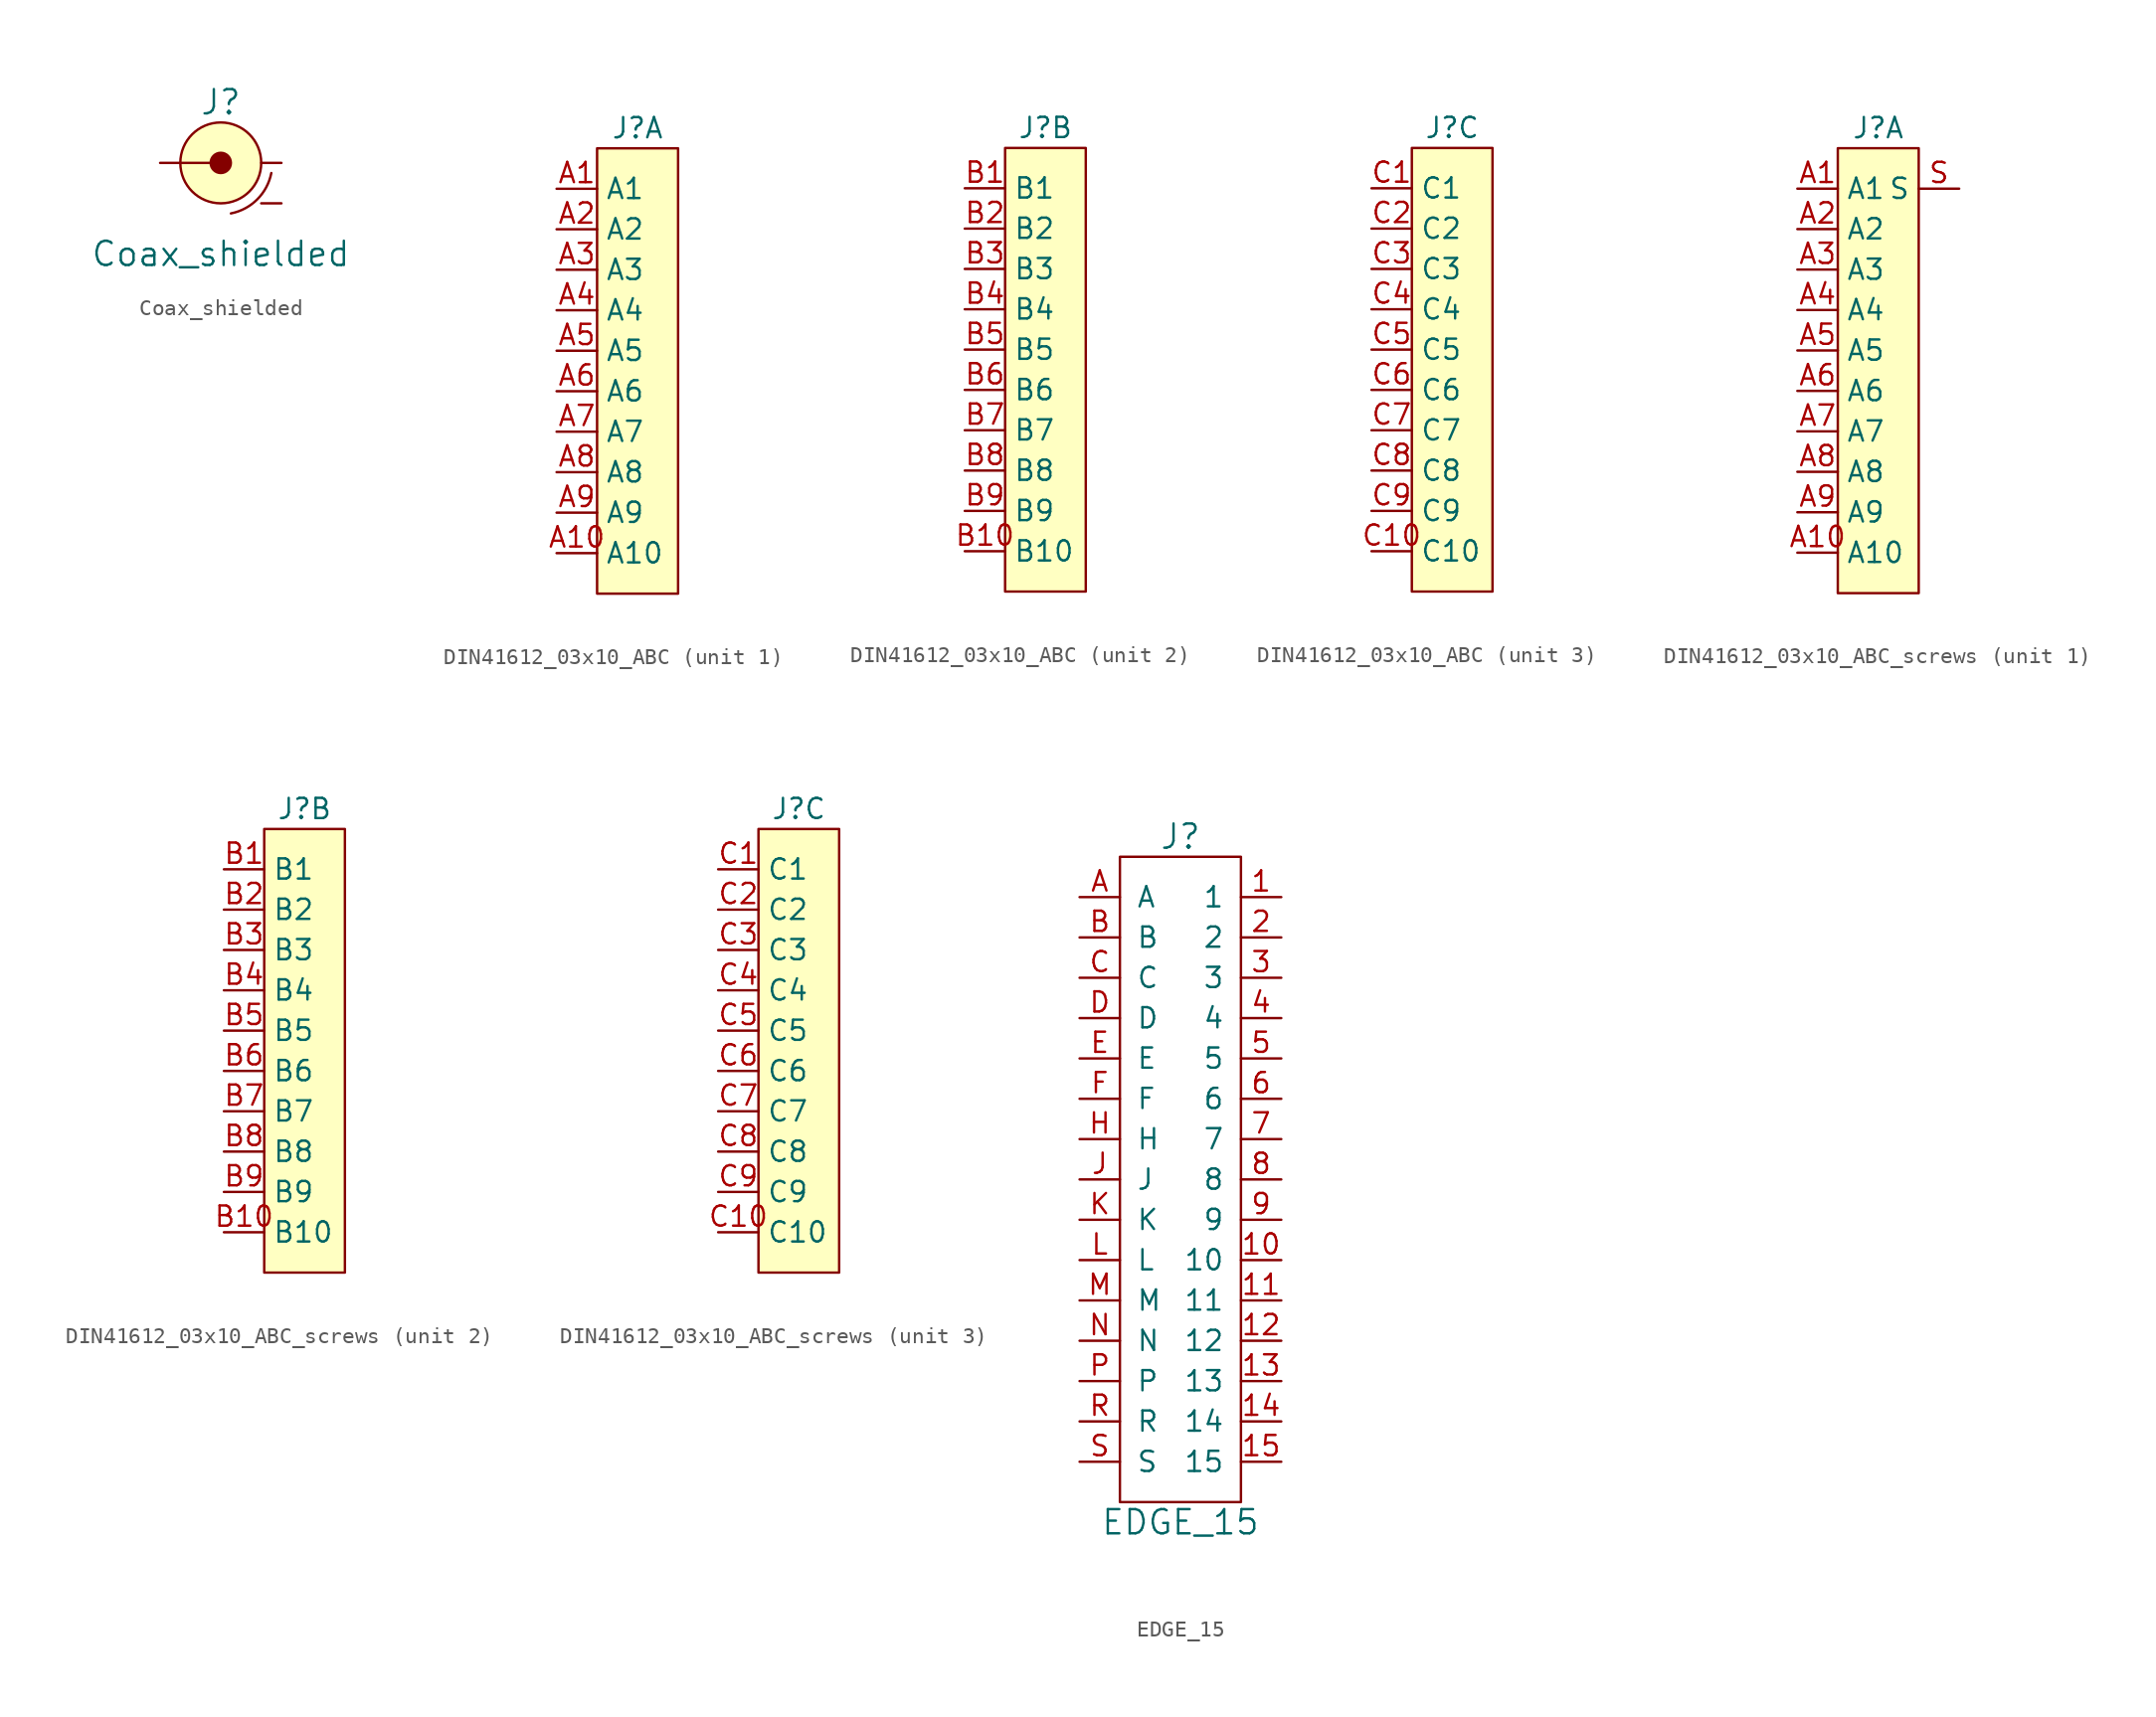
<source format=kicad_sym>
(kicad_symbol_lib
  (version 20241209)
  (generator "kicad_symbol_editor")
  (generator_version "9.0")
  (symbol "Coax_shielded"
    (pin_numbers
      (hide yes))
    (pin_names
      (offset 1.016)
      (hide yes))
    (property "Reference" "J"
      (at 0 3.81 0)
      (effects (font (size 1.524 1.524))))
    (property "Value" "Coax_shielded"
      (at 0 -5.715 0)
      (effects (font (size 1.524 1.524))))
    (symbol "Coax_shielded_0_1"
      (polyline (pts (xy -2.54 0) (xy 0 0)) (stroke (width 0) (type default)) (fill (type none)))
      (circle (center 0 0) (radius 0.635) (stroke (width 0) (type default)) (fill (type outline)))
      (circle (center 0 0) (radius 2.54) (stroke (width 0) (type default)) (fill (type background)))
      (arc (start 3.175 -0.635) (mid 2.2915 -2.2915) (end 0.635 -3.175) (stroke (width 0) (type default)) (fill (type none))))
    (symbol "Coax_shielded_1_1"
      (pin passive line (at -3.81 0 0) (length 1.27) (name "~" (effects (font (size 1.27 1.27)))) (number "1" (effects (font (size 1.27 1.27)))))
      (pin passive line (at 3.81 0 180) (length 1.27) (name "~" (effects (font (size 1.27 1.27)))) (number "2" (effects (font (size 1.27 1.27)))))
      (pin passive line (at 3.81 -2.54 180) (length 1.27) (name "~" (effects (font (size 1.27 1.27)))) (number "S" (effects (font (size 1.27 1.27)))))))
  (symbol "DIN41612_03x10_ABC"
    (property "Reference" "J"
      (at 0 15.24 0)
      (effects (font (size 1.27 1.27))))
    (property "Value" ""
      (at 0 0 0)
      (effects (font (size 1.27 1.27))))
    (property "ki_locked" ""
      (at 0 0 0)
      (effects (font (size 1.27 1.27))))
    (symbol "DIN41612_03x10_ABC_1_1"
      (rectangle (start -2.54 13.97) (end 2.54 -13.97) (stroke (width 0) (type default)) (fill (type background)))
      (pin passive line (at -5.08 11.43 0) (length 2.54) (name "A1" (effects (font (size 1.27 1.27)))) (number "A1" (effects (font (size 1.27 1.27)))))
      (pin passive line (at -5.08 8.89 0) (length 2.54) (name "A2" (effects (font (size 1.27 1.27)))) (number "A2" (effects (font (size 1.27 1.27)))))
      (pin passive line (at -5.08 6.35 0) (length 2.54) (name "A3" (effects (font (size 1.27 1.27)))) (number "A3" (effects (font (size 1.27 1.27)))))
      (pin passive line (at -5.08 3.81 0) (length 2.54) (name "A4" (effects (font (size 1.27 1.27)))) (number "A4" (effects (font (size 1.27 1.27)))))
      (pin passive line (at -5.08 1.27 0) (length 2.54) (name "A5" (effects (font (size 1.27 1.27)))) (number "A5" (effects (font (size 1.27 1.27)))))
      (pin passive line (at -5.08 -1.27 0) (length 2.54) (name "A6" (effects (font (size 1.27 1.27)))) (number "A6" (effects (font (size 1.27 1.27)))))
      (pin passive line (at -5.08 -3.81 0) (length 2.54) (name "A7" (effects (font (size 1.27 1.27)))) (number "A7" (effects (font (size 1.27 1.27)))))
      (pin passive line (at -5.08 -6.35 0) (length 2.54) (name "A8" (effects (font (size 1.27 1.27)))) (number "A8" (effects (font (size 1.27 1.27)))))
      (pin passive line (at -5.08 -8.89 0) (length 2.54) (name "A9" (effects (font (size 1.27 1.27)))) (number "A9" (effects (font (size 1.27 1.27)))))
      (pin passive line (at -5.08 -11.43 0) (length 2.54) (name "A10" (effects (font (size 1.27 1.27)))) (number "A10" (effects (font (size 1.27 1.27))))))
    (symbol "DIN41612_03x10_ABC_2_1"
      (rectangle (start -2.54 13.97) (end 2.54 -13.97) (stroke (width 0) (type default)) (fill (type background)))
      (pin passive line (at -5.08 11.43 0) (length 2.54) (name "B1" (effects (font (size 1.27 1.27)))) (number "B1" (effects (font (size 1.27 1.27)))))
      (pin passive line (at -5.08 8.89 0) (length 2.54) (name "B2" (effects (font (size 1.27 1.27)))) (number "B2" (effects (font (size 1.27 1.27)))))
      (pin passive line (at -5.08 6.35 0) (length 2.54) (name "B3" (effects (font (size 1.27 1.27)))) (number "B3" (effects (font (size 1.27 1.27)))))
      (pin passive line (at -5.08 3.81 0) (length 2.54) (name "B4" (effects (font (size 1.27 1.27)))) (number "B4" (effects (font (size 1.27 1.27)))))
      (pin passive line (at -5.08 1.27 0) (length 2.54) (name "B5" (effects (font (size 1.27 1.27)))) (number "B5" (effects (font (size 1.27 1.27)))))
      (pin passive line (at -5.08 -1.27 0) (length 2.54) (name "B6" (effects (font (size 1.27 1.27)))) (number "B6" (effects (font (size 1.27 1.27)))))
      (pin passive line (at -5.08 -3.81 0) (length 2.54) (name "B7" (effects (font (size 1.27 1.27)))) (number "B7" (effects (font (size 1.27 1.27)))))
      (pin passive line (at -5.08 -6.35 0) (length 2.54) (name "B8" (effects (font (size 1.27 1.27)))) (number "B8" (effects (font (size 1.27 1.27)))))
      (pin passive line (at -5.08 -8.89 0) (length 2.54) (name "B9" (effects (font (size 1.27 1.27)))) (number "B9" (effects (font (size 1.27 1.27)))))
      (pin passive line (at -5.08 -11.43 0) (length 2.54) (name "B10" (effects (font (size 1.27 1.27)))) (number "B10" (effects (font (size 1.27 1.27))))))
    (symbol "DIN41612_03x10_ABC_3_1"
      (rectangle (start -2.54 13.97) (end 2.54 -13.97) (stroke (width 0) (type default)) (fill (type background)))
      (pin passive line (at -5.08 11.43 0) (length 2.54) (name "C1" (effects (font (size 1.27 1.27)))) (number "C1" (effects (font (size 1.27 1.27)))))
      (pin passive line (at -5.08 8.89 0) (length 2.54) (name "C2" (effects (font (size 1.27 1.27)))) (number "C2" (effects (font (size 1.27 1.27)))))
      (pin passive line (at -5.08 6.35 0) (length 2.54) (name "C3" (effects (font (size 1.27 1.27)))) (number "C3" (effects (font (size 1.27 1.27)))))
      (pin passive line (at -5.08 3.81 0) (length 2.54) (name "C4" (effects (font (size 1.27 1.27)))) (number "C4" (effects (font (size 1.27 1.27)))))
      (pin passive line (at -5.08 1.27 0) (length 2.54) (name "C5" (effects (font (size 1.27 1.27)))) (number "C5" (effects (font (size 1.27 1.27)))))
      (pin passive line (at -5.08 -1.27 0) (length 2.54) (name "C6" (effects (font (size 1.27 1.27)))) (number "C6" (effects (font (size 1.27 1.27)))))
      (pin passive line (at -5.08 -3.81 0) (length 2.54) (name "C7" (effects (font (size 1.27 1.27)))) (number "C7" (effects (font (size 1.27 1.27)))))
      (pin passive line (at -5.08 -6.35 0) (length 2.54) (name "C8" (effects (font (size 1.27 1.27)))) (number "C8" (effects (font (size 1.27 1.27)))))
      (pin passive line (at -5.08 -8.89 0) (length 2.54) (name "C9" (effects (font (size 1.27 1.27)))) (number "C9" (effects (font (size 1.27 1.27)))))
      (pin passive line (at -5.08 -11.43 0) (length 2.54) (name "C10" (effects (font (size 1.27 1.27)))) (number "C10" (effects (font (size 1.27 1.27)))))))
  (symbol "DIN41612_03x10_ABC_screws"
    (property "Reference" "J"
      (at 0 15.24 0)
      (effects (font (size 1.27 1.27))))
    (property "Value" ""
      (at 0 0 0)
      (effects (font (size 1.27 1.27))))
    (property "ki_locked" ""
      (at 0 0 0)
      (effects (font (size 1.27 1.27))))
    (symbol "DIN41612_03x10_ABC_screws_1_1"
      (rectangle (start -2.54 13.97) (end 2.54 -13.97) (stroke (width 0) (type default)) (fill (type background)))
      (pin passive line (at -5.08 11.43 0) (length 2.54) (name "A1" (effects (font (size 1.27 1.27)))) (number "A1" (effects (font (size 1.27 1.27)))))
      (pin passive line (at -5.08 8.89 0) (length 2.54) (name "A2" (effects (font (size 1.27 1.27)))) (number "A2" (effects (font (size 1.27 1.27)))))
      (pin passive line (at -5.08 6.35 0) (length 2.54) (name "A3" (effects (font (size 1.27 1.27)))) (number "A3" (effects (font (size 1.27 1.27)))))
      (pin passive line (at -5.08 3.81 0) (length 2.54) (name "A4" (effects (font (size 1.27 1.27)))) (number "A4" (effects (font (size 1.27 1.27)))))
      (pin passive line (at -5.08 1.27 0) (length 2.54) (name "A5" (effects (font (size 1.27 1.27)))) (number "A5" (effects (font (size 1.27 1.27)))))
      (pin passive line (at -5.08 -1.27 0) (length 2.54) (name "A6" (effects (font (size 1.27 1.27)))) (number "A6" (effects (font (size 1.27 1.27)))))
      (pin passive line (at -5.08 -3.81 0) (length 2.54) (name "A7" (effects (font (size 1.27 1.27)))) (number "A7" (effects (font (size 1.27 1.27)))))
      (pin passive line (at -5.08 -6.35 0) (length 2.54) (name "A8" (effects (font (size 1.27 1.27)))) (number "A8" (effects (font (size 1.27 1.27)))))
      (pin passive line (at -5.08 -8.89 0) (length 2.54) (name "A9" (effects (font (size 1.27 1.27)))) (number "A9" (effects (font (size 1.27 1.27)))))
      (pin passive line (at -5.08 -11.43 0) (length 2.54) (name "A10" (effects (font (size 1.27 1.27)))) (number "A10" (effects (font (size 1.27 1.27)))))
      (pin passive line (at 5.08 11.43 180) (length 2.54) (name "S" (effects (font (size 1.27 1.27)))) (number "S" (effects (font (size 1.27 1.27))))))
    (symbol "DIN41612_03x10_ABC_screws_2_1"
      (rectangle (start -2.54 13.97) (end 2.54 -13.97) (stroke (width 0) (type default)) (fill (type background)))
      (pin passive line (at -5.08 11.43 0) (length 2.54) (name "B1" (effects (font (size 1.27 1.27)))) (number "B1" (effects (font (size 1.27 1.27)))))
      (pin passive line (at -5.08 8.89 0) (length 2.54) (name "B2" (effects (font (size 1.27 1.27)))) (number "B2" (effects (font (size 1.27 1.27)))))
      (pin passive line (at -5.08 6.35 0) (length 2.54) (name "B3" (effects (font (size 1.27 1.27)))) (number "B3" (effects (font (size 1.27 1.27)))))
      (pin passive line (at -5.08 3.81 0) (length 2.54) (name "B4" (effects (font (size 1.27 1.27)))) (number "B4" (effects (font (size 1.27 1.27)))))
      (pin passive line (at -5.08 1.27 0) (length 2.54) (name "B5" (effects (font (size 1.27 1.27)))) (number "B5" (effects (font (size 1.27 1.27)))))
      (pin passive line (at -5.08 -1.27 0) (length 2.54) (name "B6" (effects (font (size 1.27 1.27)))) (number "B6" (effects (font (size 1.27 1.27)))))
      (pin passive line (at -5.08 -3.81 0) (length 2.54) (name "B7" (effects (font (size 1.27 1.27)))) (number "B7" (effects (font (size 1.27 1.27)))))
      (pin passive line (at -5.08 -6.35 0) (length 2.54) (name "B8" (effects (font (size 1.27 1.27)))) (number "B8" (effects (font (size 1.27 1.27)))))
      (pin passive line (at -5.08 -8.89 0) (length 2.54) (name "B9" (effects (font (size 1.27 1.27)))) (number "B9" (effects (font (size 1.27 1.27)))))
      (pin passive line (at -5.08 -11.43 0) (length 2.54) (name "B10" (effects (font (size 1.27 1.27)))) (number "B10" (effects (font (size 1.27 1.27))))))
    (symbol "DIN41612_03x10_ABC_screws_3_1"
      (rectangle (start -2.54 13.97) (end 2.54 -13.97) (stroke (width 0) (type default)) (fill (type background)))
      (pin passive line (at -5.08 11.43 0) (length 2.54) (name "C1" (effects (font (size 1.27 1.27)))) (number "C1" (effects (font (size 1.27 1.27)))))
      (pin passive line (at -5.08 8.89 0) (length 2.54) (name "C2" (effects (font (size 1.27 1.27)))) (number "C2" (effects (font (size 1.27 1.27)))))
      (pin passive line (at -5.08 6.35 0) (length 2.54) (name "C3" (effects (font (size 1.27 1.27)))) (number "C3" (effects (font (size 1.27 1.27)))))
      (pin passive line (at -5.08 3.81 0) (length 2.54) (name "C4" (effects (font (size 1.27 1.27)))) (number "C4" (effects (font (size 1.27 1.27)))))
      (pin passive line (at -5.08 1.27 0) (length 2.54) (name "C5" (effects (font (size 1.27 1.27)))) (number "C5" (effects (font (size 1.27 1.27)))))
      (pin passive line (at -5.08 -1.27 0) (length 2.54) (name "C6" (effects (font (size 1.27 1.27)))) (number "C6" (effects (font (size 1.27 1.27)))))
      (pin passive line (at -5.08 -3.81 0) (length 2.54) (name "C7" (effects (font (size 1.27 1.27)))) (number "C7" (effects (font (size 1.27 1.27)))))
      (pin passive line (at -5.08 -6.35 0) (length 2.54) (name "C8" (effects (font (size 1.27 1.27)))) (number "C8" (effects (font (size 1.27 1.27)))))
      (pin passive line (at -5.08 -8.89 0) (length 2.54) (name "C9" (effects (font (size 1.27 1.27)))) (number "C9" (effects (font (size 1.27 1.27)))))
      (pin passive line (at -5.08 -11.43 0) (length 2.54) (name "C10" (effects (font (size 1.27 1.27)))) (number "C10" (effects (font (size 1.27 1.27)))))))
  (symbol "EDGE_15"
    (pin_names
      (offset 1.016))
    (property "Reference" "J"
      (at 0 21.59 0)
      (effects (font (size 1.524 1.524))))
    (property "Value" "EDGE_15"
      (at 0 -21.59 0)
      (effects (font (size 1.524 1.524))))
    (symbol "EDGE_15_0_1"
      (rectangle (start -3.81 20.32) (end 3.81 -20.32) (stroke (width 0) (type default)) (fill (type none))))
    (symbol "EDGE_15_1_1"
      (pin passive line (at -6.35 17.78 0) (length 2.54) (name "A" (effects (font (size 1.27 1.27)))) (number "A" (effects (font (size 1.27 1.27)))))
      (pin passive line (at -6.35 15.24 0) (length 2.54) (name "B" (effects (font (size 1.27 1.27)))) (number "B" (effects (font (size 1.27 1.27)))))
      (pin passive line (at -6.35 12.7 0) (length 2.54) (name "C" (effects (font (size 1.27 1.27)))) (number "C" (effects (font (size 1.27 1.27)))))
      (pin passive line (at -6.35 10.16 0) (length 2.54) (name "D" (effects (font (size 1.27 1.27)))) (number "D" (effects (font (size 1.27 1.27)))))
      (pin passive line (at -6.35 7.62 0) (length 2.54) (name "E" (effects (font (size 1.27 1.27)))) (number "E" (effects (font (size 1.27 1.27)))))
      (pin passive line (at -6.35 5.08 0) (length 2.54) (name "F" (effects (font (size 1.27 1.27)))) (number "F" (effects (font (size 1.27 1.27)))))
      (pin passive line (at -6.35 2.54 0) (length 2.54) (name "H" (effects (font (size 1.27 1.27)))) (number "H" (effects (font (size 1.27 1.27)))))
      (pin passive line (at -6.35 0 0) (length 2.54) (name "J" (effects (font (size 1.27 1.27)))) (number "J" (effects (font (size 1.27 1.27)))))
      (pin passive line (at -6.35 -2.54 0) (length 2.54) (name "K" (effects (font (size 1.27 1.27)))) (number "K" (effects (font (size 1.27 1.27)))))
      (pin passive line (at -6.35 -5.08 0) (length 2.54) (name "L" (effects (font (size 1.27 1.27)))) (number "L" (effects (font (size 1.27 1.27)))))
      (pin passive line (at -6.35 -7.62 0) (length 2.54) (name "M" (effects (font (size 1.27 1.27)))) (number "M" (effects (font (size 1.27 1.27)))))
      (pin passive line (at -6.35 -10.16 0) (length 2.54) (name "N" (effects (font (size 1.27 1.27)))) (number "N" (effects (font (size 1.27 1.27)))))
      (pin passive line (at -6.35 -12.7 0) (length 2.54) (name "P" (effects (font (size 1.27 1.27)))) (number "P" (effects (font (size 1.27 1.27)))))
      (pin passive line (at -6.35 -15.24 0) (length 2.54) (name "R" (effects (font (size 1.27 1.27)))) (number "R" (effects (font (size 1.27 1.27)))))
      (pin passive line (at -6.35 -17.78 0) (length 2.54) (name "S" (effects (font (size 1.27 1.27)))) (number "S" (effects (font (size 1.27 1.27)))))
      (pin passive line (at 6.35 17.78 180) (length 2.54) (name "1" (effects (font (size 1.27 1.27)))) (number "1" (effects (font (size 1.27 1.27)))))
      (pin passive line (at 6.35 15.24 180) (length 2.54) (name "2" (effects (font (size 1.27 1.27)))) (number "2" (effects (font (size 1.27 1.27)))))
      (pin passive line (at 6.35 12.7 180) (length 2.54) (name "3" (effects (font (size 1.27 1.27)))) (number "3" (effects (font (size 1.27 1.27)))))
      (pin passive line (at 6.35 10.16 180) (length 2.54) (name "4" (effects (font (size 1.27 1.27)))) (number "4" (effects (font (size 1.27 1.27)))))
      (pin passive line (at 6.35 7.62 180) (length 2.54) (name "5" (effects (font (size 1.27 1.27)))) (number "5" (effects (font (size 1.27 1.27)))))
      (pin passive line (at 6.35 5.08 180) (length 2.54) (name "6" (effects (font (size 1.27 1.27)))) (number "6" (effects (font (size 1.27 1.27)))))
      (pin passive line (at 6.35 2.54 180) (length 2.54) (name "7" (effects (font (size 1.27 1.27)))) (number "7" (effects (font (size 1.27 1.27)))))
      (pin passive line (at 6.35 0 180) (length 2.54) (name "8" (effects (font (size 1.27 1.27)))) (number "8" (effects (font (size 1.27 1.27)))))
      (pin passive line (at 6.35 -2.54 180) (length 2.54) (name "9" (effects (font (size 1.27 1.27)))) (number "9" (effects (font (size 1.27 1.27)))))
      (pin passive line (at 6.35 -5.08 180) (length 2.54) (name "10" (effects (font (size 1.27 1.27)))) (number "10" (effects (font (size 1.27 1.27)))))
      (pin passive line (at 6.35 -7.62 180) (length 2.54) (name "11" (effects (font (size 1.27 1.27)))) (number "11" (effects (font (size 1.27 1.27)))))
      (pin passive line (at 6.35 -10.16 180) (length 2.54) (name "12" (effects (font (size 1.27 1.27)))) (number "12" (effects (font (size 1.27 1.27)))))
      (pin passive line (at 6.35 -12.7 180) (length 2.54) (name "13" (effects (font (size 1.27 1.27)))) (number "13" (effects (font (size 1.27 1.27)))))
      (pin passive line (at 6.35 -15.24 180) (length 2.54) (name "14" (effects (font (size 1.27 1.27)))) (number "14" (effects (font (size 1.27 1.27)))))
      (pin passive line (at 6.35 -17.78 180) (length 2.54) (name "15" (effects (font (size 1.27 1.27)))) (number "15" (effects (font (size 1.27 1.27))))))))
</source>
